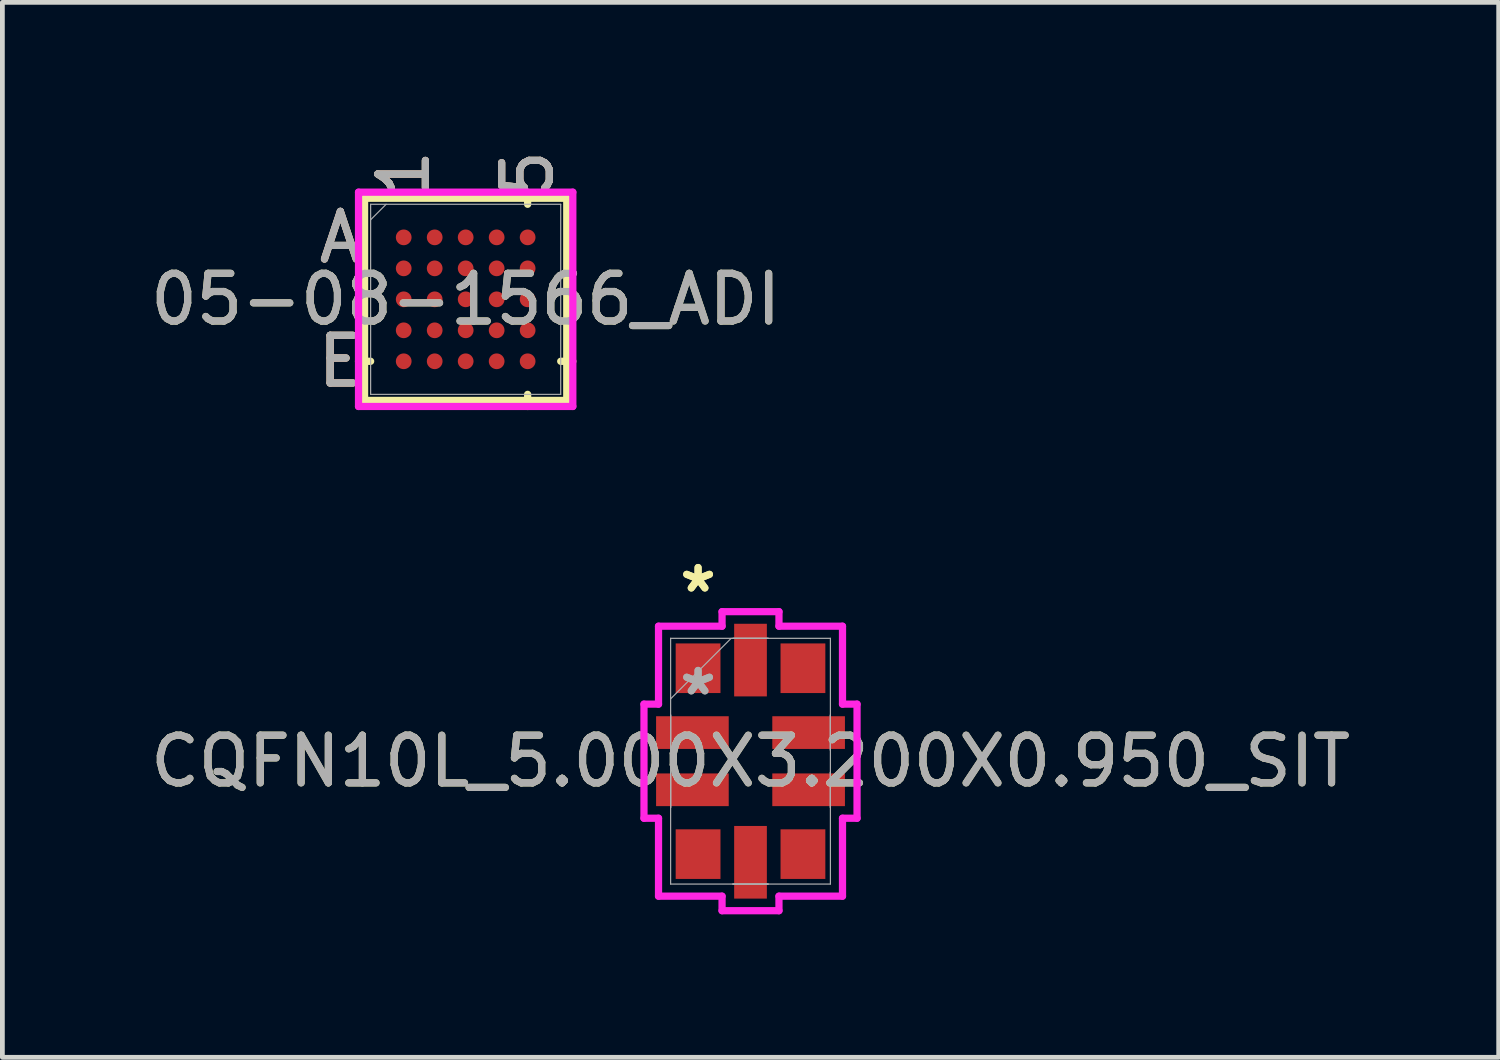
<source format=kicad_pcb>
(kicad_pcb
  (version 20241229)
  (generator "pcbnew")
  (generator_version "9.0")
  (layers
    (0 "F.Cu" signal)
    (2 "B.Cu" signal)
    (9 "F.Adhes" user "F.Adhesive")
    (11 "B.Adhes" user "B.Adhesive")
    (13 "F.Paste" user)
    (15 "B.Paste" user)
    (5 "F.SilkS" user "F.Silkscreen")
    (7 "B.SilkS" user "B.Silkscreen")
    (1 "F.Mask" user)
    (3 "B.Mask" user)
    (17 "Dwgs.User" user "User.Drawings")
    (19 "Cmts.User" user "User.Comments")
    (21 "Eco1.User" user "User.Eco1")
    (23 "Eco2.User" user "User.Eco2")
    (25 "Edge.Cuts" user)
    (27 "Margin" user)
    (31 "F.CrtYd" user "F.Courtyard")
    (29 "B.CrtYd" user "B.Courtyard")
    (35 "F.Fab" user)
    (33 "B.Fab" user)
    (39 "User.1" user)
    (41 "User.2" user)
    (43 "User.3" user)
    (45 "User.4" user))
  (footprint "CQFN10L_5.000X3.200X0.950_SIT"
    (layer "F.Cu")
    (at 12.696 12.92)
    (property "Reference" "CQFN10L_5.000X3.200X0.950_SIT" (at 0 0 0) (unlocked yes) (layer "F.SilkS") (effects (font (size 1 1) (thickness 0.15))))
    (attr smd)
    (fp_line (start -2.235 -1.197) (end -1.93 -1.197) (stroke (width 0.152) (type solid)) (layer "F.CrtYd"))
    (fp_line (start -2.235 1.197) (end -2.235 -1.197) (stroke (width 0.152) (type solid)) (layer "F.CrtYd"))
    (fp_line (start -2.235 1.197) (end -1.93 1.197) (stroke (width 0.152) (type solid)) (layer "F.CrtYd"))
    (fp_line (start -1.93 -2.832) (end -0.597 -2.832) (stroke (width 0.152) (type solid)) (layer "F.CrtYd"))
    (fp_line (start -1.93 -1.197) (end -1.93 -2.832) (stroke (width 0.152) (type solid)) (layer "F.CrtYd"))
    (fp_line (start -1.93 2.832) (end -1.93 1.197) (stroke (width 0.152) (type solid)) (layer "F.CrtYd"))
    (fp_line (start -0.597 -3.137) (end 0.597 -3.137) (stroke (width 0.152) (type solid)) (layer "F.CrtYd"))
    (fp_line (start -0.597 -2.832) (end -0.597 -3.137) (stroke (width 0.152) (type solid)) (layer "F.CrtYd"))
    (fp_line (start -0.597 2.832) (end -1.93 2.832) (stroke (width 0.152) (type solid)) (layer "F.CrtYd"))
    (fp_line (start -0.597 3.137) (end -0.597 2.832) (stroke (width 0.152) (type solid)) (layer "F.CrtYd"))
    (fp_line (start 0.597 -3.137) (end 0.597 -2.832) (stroke (width 0.152) (type solid)) (layer "F.CrtYd"))
    (fp_line (start 0.597 -2.832) (end 1.93 -2.832) (stroke (width 0.152) (type solid)) (layer "F.CrtYd"))
    (fp_line (start 0.597 2.832) (end 0.597 3.137) (stroke (width 0.152) (type solid)) (layer "F.CrtYd"))
    (fp_line (start 0.597 3.137) (end -0.597 3.137) (stroke (width 0.152) (type solid)) (layer "F.CrtYd"))
    (fp_line (start 1.93 -2.832) (end 1.93 -1.197) (stroke (width 0.152) (type solid)) (layer "F.CrtYd"))
    (fp_line (start 1.93 -1.197) (end 2.235 -1.197) (stroke (width 0.152) (type solid)) (layer "F.CrtYd"))
    (fp_line (start 1.93 1.197) (end 1.93 2.832) (stroke (width 0.152) (type solid)) (layer "F.CrtYd"))
    (fp_line (start 1.93 2.832) (end 0.597 2.832) (stroke (width 0.152) (type solid)) (layer "F.CrtYd"))
    (fp_line (start 2.235 -1.197) (end 2.235 1.197) (stroke (width 0.152) (type solid)) (layer "F.CrtYd"))
    (fp_line (start 2.235 1.197) (end 1.93 1.197) (stroke (width 0.152) (type solid)) (layer "F.CrtYd"))
    (fp_line (start -1.676 -2.578) (end -1.676 2.578) (stroke (width 0.025) (type solid)) (layer "F.Fab"))
    (fp_line (start -1.676 -1.308) (end -0.406 -2.578) (stroke (width 0.025) (type solid)) (layer "F.Fab"))
    (fp_line (start -1.676 -0.968) (end -1.676 -0.968) (stroke (width 0.025) (type solid)) (layer "F.Fab"))
    (fp_line (start -1.676 -0.968) (end -1.676 -0.232) (stroke (width 0.025) (type solid)) (layer "F.Fab"))
    (fp_line (start -1.676 -0.232) (end -1.676 -0.968) (stroke (width 0.025) (type solid)) (layer "F.Fab"))
    (fp_line (start -1.676 -0.232) (end -1.676 -0.232) (stroke (width 0.025) (type solid)) (layer "F.Fab"))
    (fp_line (start -1.676 0.232) (end -1.676 0.232) (stroke (width 0.025) (type solid)) (layer "F.Fab"))
    (fp_line (start -1.676 0.232) (end -1.676 0.968) (stroke (width 0.025) (type solid)) (layer "F.Fab"))
    (fp_line (start -1.676 0.968) (end -1.676 0.232) (stroke (width 0.025) (type solid)) (layer "F.Fab"))
    (fp_line (start -1.676 0.968) (end -1.676 0.968) (stroke (width 0.025) (type solid)) (layer "F.Fab"))
    (fp_line (start -1.676 2.578) (end 1.676 2.578) (stroke (width 0.025) (type solid)) (layer "F.Fab"))
    (fp_line (start -0.368 -2.578) (end -0.368 -2.578) (stroke (width 0.025) (type solid)) (layer "F.Fab"))
    (fp_line (start -0.368 -2.578) (end 0.368 -2.578) (stroke (width 0.025) (type solid)) (layer "F.Fab"))
    (fp_line (start -0.368 2.578) (end -0.368 2.578) (stroke (width 0.025) (type solid)) (layer "F.Fab"))
    (fp_line (start -0.368 2.578) (end 0.368 2.578) (stroke (width 0.025) (type solid)) (layer "F.Fab"))
    (fp_line (start 0.368 -2.578) (end -0.368 -2.578) (stroke (width 0.025) (type solid)) (layer "F.Fab"))
    (fp_line (start 0.368 -2.578) (end 0.368 -2.578) (stroke (width 0.025) (type solid)) (layer "F.Fab"))
    (fp_line (start 0.368 2.578) (end -0.368 2.578) (stroke (width 0.025) (type solid)) (layer "F.Fab"))
    (fp_line (start 0.368 2.578) (end 0.368 2.578) (stroke (width 0.025) (type solid)) (layer "F.Fab"))
    (fp_line (start 1.676 -2.578) (end -1.676 -2.578) (stroke (width 0.025) (type solid)) (layer "F.Fab"))
    (fp_line (start 1.676 -0.968) (end 1.676 -0.968) (stroke (width 0.025) (type solid)) (layer "F.Fab"))
    (fp_line (start 1.676 -0.968) (end 1.676 -0.232) (stroke (width 0.025) (type solid)) (layer "F.Fab"))
    (fp_line (start 1.676 -0.232) (end 1.676 -0.968) (stroke (width 0.025) (type solid)) (layer "F.Fab"))
    (fp_line (start 1.676 -0.232) (end 1.676 -0.232) (stroke (width 0.025) (type solid)) (layer "F.Fab"))
    (fp_line (start 1.676 0.232) (end 1.676 0.232) (stroke (width 0.025) (type solid)) (layer "F.Fab"))
    (fp_line (start 1.676 0.232) (end 1.676 0.968) (stroke (width 0.025) (type solid)) (layer "F.Fab"))
    (fp_line (start 1.676 0.968) (end 1.676 0.232) (stroke (width 0.025) (type solid)) (layer "F.Fab"))
    (fp_line (start 1.676 0.968) (end 1.676 0.968) (stroke (width 0.025) (type solid)) (layer "F.Fab"))
    (fp_line (start 1.676 2.578) (end 1.676 -2.578) (stroke (width 0.025) (type solid)) (layer "F.Fab"))
    (fp_text user "*" (at -1.1 -3.518 0) (unlocked yes) (layer "F.SilkS") (effects (font (size 1 1) (thickness 0.15))))
    (fp_text user "*" (at -1.1 -3.518 0) (layer "F.SilkS") (effects (font (size 1 1) (thickness 0.15))))
    (fp_text user "*" (at -1.1 -1.359 0) (unlocked yes) (layer "F.Fab") (effects (font (size 1 1) (thickness 0.15))))
    (fp_text user "*" (at -1.1 -1.359 0) (layer "F.Fab") (effects (font (size 1 1) (thickness 0.15))))
    (fp_text user "${REFERENCE}" (at 0 0 0) (unlocked yes) (layer "F.Fab") (effects (font (size 1 1) (thickness 0.15))))
    (pad "1" smd rect (at -1.1 -1.95) (size 0.94 1.041) (layers "F.Cu" "F.Mask" "F.Paste"))
    (pad "2" smd rect (at -1.219 -0.6 90) (size 0.686 1.524) (layers "F.Cu" "F.Mask" "F.Paste"))
    (pad "3" smd rect (at -1.219 0.6 90) (size 0.686 1.524) (layers "F.Cu" "F.Mask" "F.Paste"))
    (pad "4" smd rect (at -1.1 1.95) (size 0.94 1.041) (layers "F.Cu" "F.Mask" "F.Paste"))
    (pad "5" smd rect (at 0 2.121) (size 0.686 1.524) (layers "F.Cu" "F.Mask" "F.Paste"))
    (pad "6" smd rect (at 1.1 1.95) (size 0.94 1.041) (layers "F.Cu" "F.Mask" "F.Paste"))
    (pad "7" smd rect (at 1.219 0.6 90) (size 0.686 1.524) (layers "F.Cu" "F.Mask" "F.Paste"))
    (pad "8" smd rect (at 1.219 -0.6 90) (size 0.686 1.524) (layers "F.Cu" "F.Mask" "F.Paste"))
    (pad "9" smd rect (at 1.1 -1.95) (size 0.94 1.041) (layers "F.Cu" "F.Mask" "F.Paste"))
    (pad "10" smd rect (at 0 -2.121) (size 0.686 1.524) (layers "F.Cu" "F.Mask" "F.Paste")))
  (footprint "05-08-1566_ADI"
    (layer "F.Cu")
    (at 6.72 3.23)
    (property "Reference" "05-08-1566_ADI" (at 0 0 0) (unlocked yes) (layer "F.SilkS") (effects (font (size 1 1) (thickness 0.15))))
    (attr smd)
    (fp_line (start -2.121 -2.121) (end -2.121 2.121) (stroke (width 0.152) (type solid)) (layer "F.SilkS"))
    (fp_line (start -2.121 2.121) (end 2.121 2.121) (stroke (width 0.152) (type solid)) (layer "F.SilkS"))
    (fp_line (start -1.994 1.3) (end -2.248 1.3) (stroke (width 0.152) (type solid)) (layer "F.SilkS"))
    (fp_line (start 1.3 -1.994) (end 1.3 -2.248) (stroke (width 0.152) (type solid)) (layer "F.SilkS"))
    (fp_line (start 1.3 1.994) (end 1.3 2.248) (stroke (width 0.152) (type solid)) (layer "F.SilkS"))
    (fp_line (start 1.994 1.3) (end 2.248 1.3) (stroke (width 0.152) (type solid)) (layer "F.SilkS"))
    (fp_line (start 2.121 -2.121) (end -2.121 -2.121) (stroke (width 0.152) (type solid)) (layer "F.SilkS"))
    (fp_line (start 2.121 2.121) (end 2.121 -2.121) (stroke (width 0.152) (type solid)) (layer "F.SilkS"))
    (fp_poly (pts (xy -2.07 -2.07) (xy 2.07 -2.07) (xy 2.07 2.07) (xy -2.07 2.07)) (stroke (width 0.1) (type solid)) (fill no) (layer "Eco2.User"))
    (fp_line (start -2.248 -2.248) (end 2.248 -2.248) (stroke (width 0.152) (type solid)) (layer "F.CrtYd"))
    (fp_line (start -2.248 2.248) (end -2.248 -2.248) (stroke (width 0.152) (type solid)) (layer "F.CrtYd"))
    (fp_line (start 2.248 -2.248) (end 2.248 2.248) (stroke (width 0.152) (type solid)) (layer "F.CrtYd"))
    (fp_line (start 2.248 2.248) (end -2.248 2.248) (stroke (width 0.152) (type solid)) (layer "F.CrtYd"))
    (fp_line (start -1.994 -1.994) (end -1.994 1.994) (stroke (width 0.025) (type solid)) (layer "F.Fab"))
    (fp_line (start -1.994 1.994) (end 1.994 1.994) (stroke (width 0.025) (type solid)) (layer "F.Fab"))
    (fp_line (start -1.669 -1.994) (end -1.994 -1.669) (stroke (width 0.025) (type solid)) (layer "F.Fab"))
    (fp_line (start 1.994 -1.994) (end -1.994 -1.994) (stroke (width 0.025) (type solid)) (layer "F.Fab"))
    (fp_line (start 1.994 1.994) (end 1.994 -1.994) (stroke (width 0.025) (type solid)) (layer "F.Fab"))
    (fp_text user "1" (at -1.3 -2.629 90) (unlocked yes) (layer "F.SilkS") (effects (font (size 1 1) (thickness 0.15))))
    (fp_text user "A" (at -2.629 -1.3 0) (unlocked yes) (layer "F.SilkS") (effects (font (size 1 1) (thickness 0.15))))
    (fp_text user "E" (at -2.629 1.3 0) (unlocked yes) (layer "F.SilkS") (effects (font (size 1 1) (thickness 0.15))))
    (fp_text user "5" (at 1.3 -2.629 90) (unlocked yes) (layer "F.SilkS") (effects (font (size 1 1) (thickness 0.15))))
    (fp_text user "E" (at -2.629 1.3 0) (unlocked yes) (layer "B.SilkS") (effects (font (size 1 1) (thickness 0.15))))
    (fp_text user "A" (at -2.629 -1.3 0) (unlocked yes) (layer "B.SilkS") (effects (font (size 1 1) (thickness 0.15))))
    (fp_text user "1" (at -1.3 -2.629 90) (unlocked yes) (layer "B.SilkS") (effects (font (size 1 1) (thickness 0.15))))
    (fp_text user "5" (at 1.3 -2.629 90) (unlocked yes) (layer "B.SilkS") (effects (font (size 1 1) (thickness 0.15))))
    (fp_text user "${REFERENCE}" (at 0 0 0) (unlocked yes) (layer "F.Fab") (effects (font (size 1 1) (thickness 0.15))))
    (fp_text user "1" (at -1.3 -2.629 90) (unlocked yes) (layer "F.Fab") (effects (font (size 1 1) (thickness 0.15))))
    (fp_text user "5" (at 1.3 -2.629 90) (unlocked yes) (layer "F.Fab") (effects (font (size 1 1) (thickness 0.15))))
    (fp_text user "A" (at -2.629 -1.3 0) (unlocked yes) (layer "F.Fab") (effects (font (size 1 1) (thickness 0.15))))
    (fp_text user "E" (at -2.629 1.3 0) (unlocked yes) (layer "F.Fab") (effects (font (size 1 1) (thickness 0.15))))
    (pad "A1" smd circle (at -1.3 -1.3) (size 0.33 0.33) (layers "F.Cu" "F.Mask" "F.Paste"))
    (pad "A2" smd circle (at -0.65 -1.3) (size 0.33 0.33) (layers "F.Cu" "F.Mask" "F.Paste"))
    (pad "A3" smd circle (at 0 -1.3) (size 0.33 0.33) (layers "F.Cu" "F.Mask" "F.Paste"))
    (pad "A4" smd circle (at 0.65 -1.3) (size 0.33 0.33) (layers "F.Cu" "F.Mask" "F.Paste"))
    (pad "A5" smd circle (at 1.3 -1.3) (size 0.33 0.33) (layers "F.Cu" "F.Mask" "F.Paste"))
    (pad "B1" smd circle (at -1.3 -0.65) (size 0.33 0.33) (layers "F.Cu" "F.Mask" "F.Paste"))
    (pad "B2" smd circle (at -0.65 -0.65) (size 0.33 0.33) (layers "F.Cu" "F.Mask" "F.Paste"))
    (pad "B3" smd circle (at 0 -0.65) (size 0.33 0.33) (layers "F.Cu" "F.Mask" "F.Paste"))
    (pad "B4" smd circle (at 0.65 -0.65) (size 0.33 0.33) (layers "F.Cu" "F.Mask" "F.Paste"))
    (pad "B5" smd circle (at 1.3 -0.65) (size 0.33 0.33) (layers "F.Cu" "F.Mask" "F.Paste"))
    (pad "C1" smd circle (at -1.3 0) (size 0.33 0.33) (layers "F.Cu" "F.Mask" "F.Paste"))
    (pad "C2" smd circle (at -0.65 0) (size 0.33 0.33) (layers "F.Cu" "F.Mask" "F.Paste"))
    (pad "C3" smd circle (at 0 0) (size 0.33 0.33) (layers "F.Cu" "F.Mask" "F.Paste"))
    (pad "C4" smd circle (at 0.65 0) (size 0.33 0.33) (layers "F.Cu" "F.Mask" "F.Paste"))
    (pad "C5" smd circle (at 1.3 0) (size 0.33 0.33) (layers "F.Cu" "F.Mask" "F.Paste"))
    (pad "D1" smd circle (at -1.3 0.65) (size 0.33 0.33) (layers "F.Cu" "F.Mask" "F.Paste"))
    (pad "D2" smd circle (at -0.65 0.65) (size 0.33 0.33) (layers "F.Cu" "F.Mask" "F.Paste"))
    (pad "D3" smd circle (at 0 0.65) (size 0.33 0.33) (layers "F.Cu" "F.Mask" "F.Paste"))
    (pad "D4" smd circle (at 0.65 0.65) (size 0.33 0.33) (layers "F.Cu" "F.Mask" "F.Paste"))
    (pad "D5" smd circle (at 1.3 0.65) (size 0.33 0.33) (layers "F.Cu" "F.Mask" "F.Paste"))
    (pad "E1" smd circle (at -1.3 1.3) (size 0.33 0.33) (layers "F.Cu" "F.Mask" "F.Paste"))
    (pad "E2" smd circle (at -0.65 1.3) (size 0.33 0.33) (layers "F.Cu" "F.Mask" "F.Paste"))
    (pad "E3" smd circle (at 0 1.3) (size 0.33 0.33) (layers "F.Cu" "F.Mask" "F.Paste"))
    (pad "E4" smd circle (at 0.65 1.3) (size 0.33 0.33) (layers "F.Cu" "F.Mask" "F.Paste"))
    (pad "E5" smd circle (at 1.3 1.3) (size 0.33 0.33) (layers "F.Cu" "F.Mask" "F.Paste")))
  (gr_rect
    (start -3 -3)
    (end 28.393 19.133)
    (stroke (width 0.1) (type default))
    (fill no)
    (layer "Edge.Cuts")))
</source>
